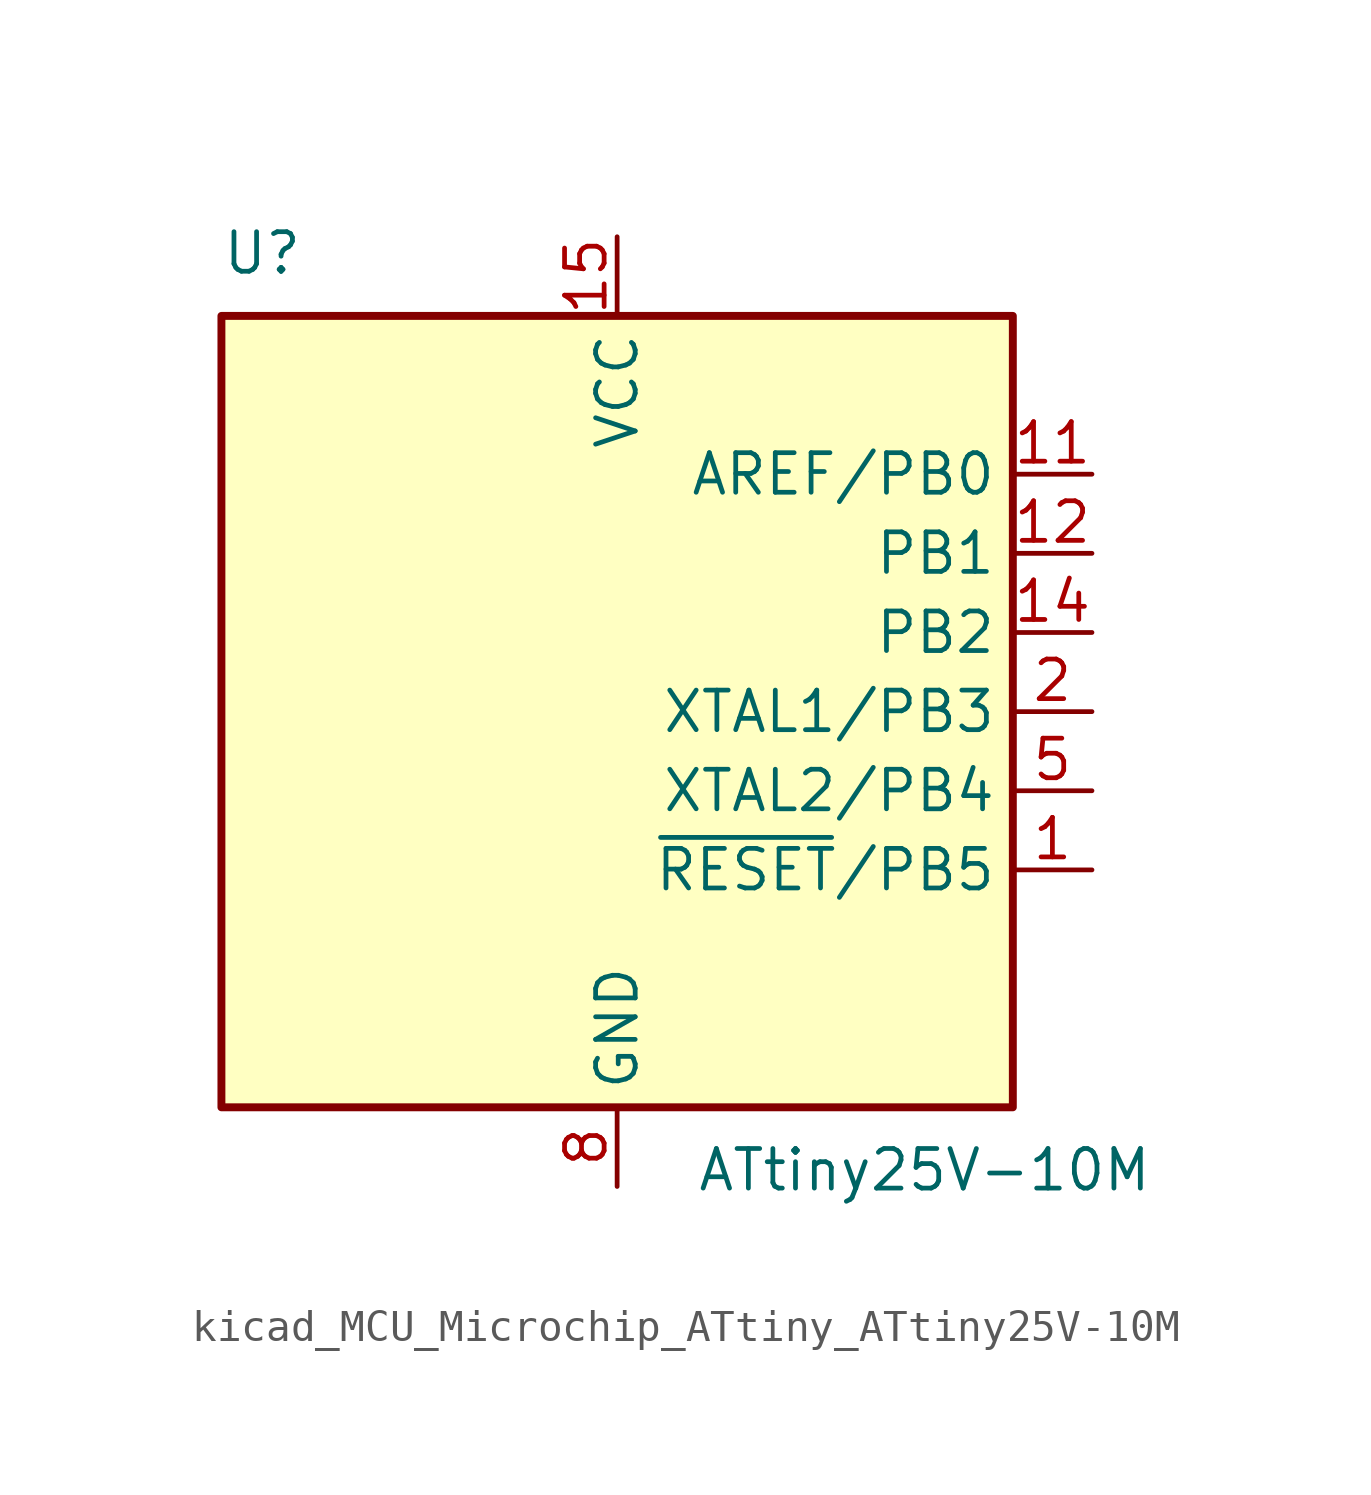
<source format=kicad_sym>
(kicad_symbol_lib
  (version 20220914)
  (generator kicad_symbol_editor)
  (symbol "kicad_MCU_Microchip_ATtiny_ATtiny25V-10M"
    (property "Reference" "U"
      (at -12.7 13.97 0)
      (effects (font (size 1.27 1.27)) (justify left bottom)))
    (property "Value" "ATtiny25V-10M"
      (at 2.54 -13.97 0)
      (effects (font (size 1.27 1.27)) (justify left top)))
    (symbol "kicad_MCU_Microchip_ATtiny_ATtiny25V-10M_0_1"
      (rectangle (start -12.7 -12.7) (end 12.7 12.7) (stroke (width 0.254) (type default)) (fill (type background))))
    (symbol "kicad_MCU_Microchip_ATtiny_ATtiny25V-10M_1_1"
      (pin bidirectional line (at 15.24 -5.08 180) (length 2.54) (name "~{RESET}/PB5" (effects (font (size 1.27 1.27)))) (number "1" (effects (font (size 1.27 1.27)))))
      (pin no_connect line (at -12.7 -2.54 0) (length 2.54) hide (name "NC" (effects (font (size 1.27 1.27)))) (number "10" (effects (font (size 1.27 1.27)))))
      (pin bidirectional line (at 15.24 7.62 180) (length 2.54) (name "AREF/PB0" (effects (font (size 1.27 1.27)))) (number "11" (effects (font (size 1.27 1.27)))))
      (pin bidirectional line (at 15.24 5.08 180) (length 2.54) (name "PB1" (effects (font (size 1.27 1.27)))) (number "12" (effects (font (size 1.27 1.27)))))
      (pin no_connect line (at -12.7 -5.08 0) (length 2.54) hide (name "NC" (effects (font (size 1.27 1.27)))) (number "13" (effects (font (size 1.27 1.27)))))
      (pin bidirectional line (at 15.24 2.54 180) (length 2.54) (name "PB2" (effects (font (size 1.27 1.27)))) (number "14" (effects (font (size 1.27 1.27)))))
      (pin power_in line (at 0 15.24 270) (length 2.54) (name "VCC" (effects (font (size 1.27 1.27)))) (number "15" (effects (font (size 1.27 1.27)))))
      (pin no_connect line (at -12.7 -7.62 0) (length 2.54) hide (name "NC" (effects (font (size 1.27 1.27)))) (number "16" (effects (font (size 1.27 1.27)))))
      (pin no_connect line (at -12.7 -10.16 0) (length 2.54) hide (name "NC" (effects (font (size 1.27 1.27)))) (number "17" (effects (font (size 1.27 1.27)))))
      (pin no_connect line (at -7.62 -12.7 90) (length 2.54) hide (name "NC" (effects (font (size 1.27 1.27)))) (number "18" (effects (font (size 1.27 1.27)))))
      (pin no_connect line (at -5.08 -12.7 90) (length 2.54) hide (name "NC" (effects (font (size 1.27 1.27)))) (number "19" (effects (font (size 1.27 1.27)))))
      (pin bidirectional line (at 15.24 0 180) (length 2.54) (name "XTAL1/PB3" (effects (font (size 1.27 1.27)))) (number "2" (effects (font (size 1.27 1.27)))))
      (pin no_connect line (at -2.54 -12.7 90) (length 2.54) hide (name "NC" (effects (font (size 1.27 1.27)))) (number "20" (effects (font (size 1.27 1.27)))))
      (pin passive line (at 0 -15.24 90) (length 2.54) hide (name "GND" (effects (font (size 1.27 1.27)))) (number "21" (effects (font (size 1.27 1.27)))))
      (pin no_connect line (at -12.7 10.16 0) (length 2.54) hide (name "NC" (effects (font (size 1.27 1.27)))) (number "3" (effects (font (size 1.27 1.27)))))
      (pin no_connect line (at -12.7 7.62 0) (length 2.54) hide (name "NC" (effects (font (size 1.27 1.27)))) (number "4" (effects (font (size 1.27 1.27)))))
      (pin bidirectional line (at 15.24 -2.54 180) (length 2.54) (name "XTAL2/PB4" (effects (font (size 1.27 1.27)))) (number "5" (effects (font (size 1.27 1.27)))))
      (pin no_connect line (at -12.7 5.08 0) (length 2.54) hide (name "NC" (effects (font (size 1.27 1.27)))) (number "6" (effects (font (size 1.27 1.27)))))
      (pin no_connect line (at -12.7 2.54 0) (length 2.54) hide (name "NC" (effects (font (size 1.27 1.27)))) (number "7" (effects (font (size 1.27 1.27)))))
      (pin power_in line (at 0 -15.24 90) (length 2.54) (name "GND" (effects (font (size 1.27 1.27)))) (number "8" (effects (font (size 1.27 1.27)))))
      (pin no_connect line (at -12.7 0 0) (length 2.54) hide (name "NC" (effects (font (size 1.27 1.27)))) (number "9" (effects (font (size 1.27 1.27))))))))
</source>
